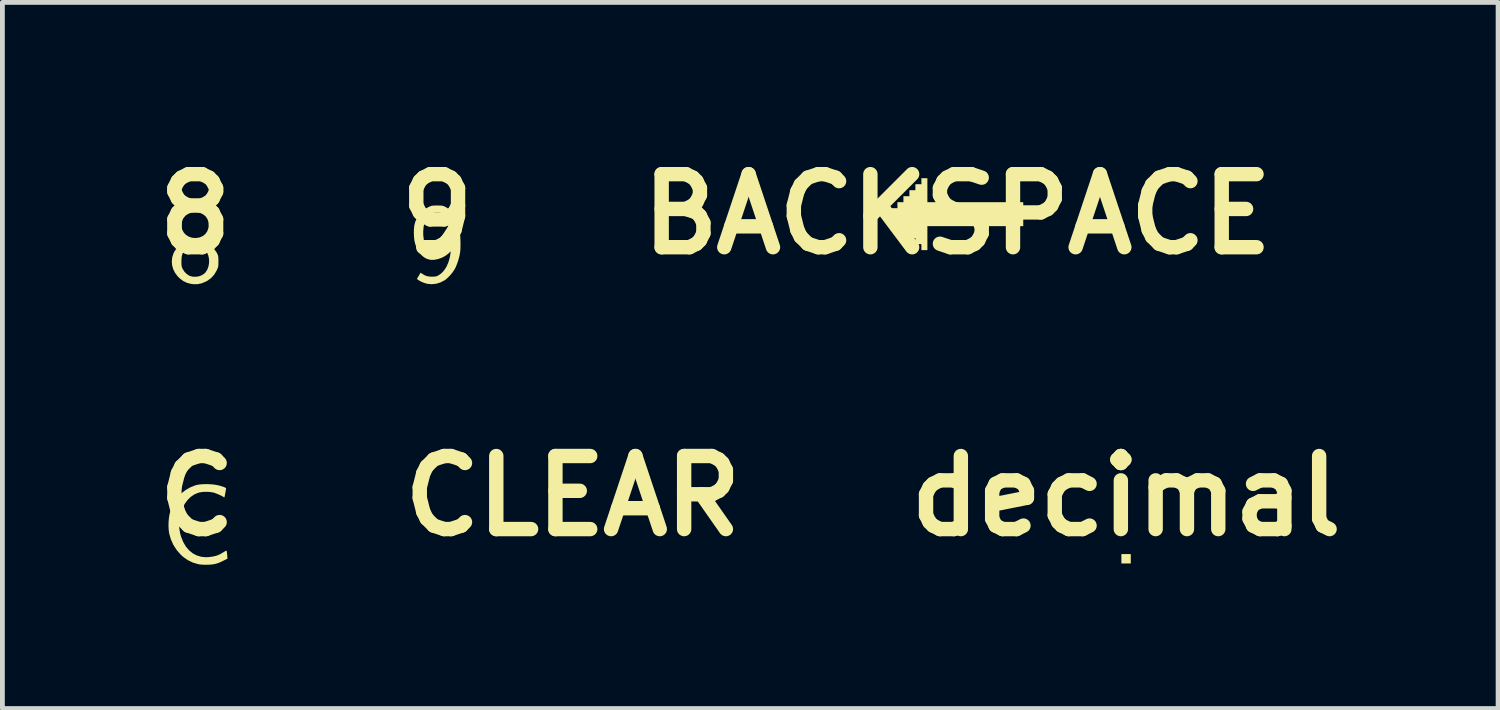
<source format=kicad_pcb>
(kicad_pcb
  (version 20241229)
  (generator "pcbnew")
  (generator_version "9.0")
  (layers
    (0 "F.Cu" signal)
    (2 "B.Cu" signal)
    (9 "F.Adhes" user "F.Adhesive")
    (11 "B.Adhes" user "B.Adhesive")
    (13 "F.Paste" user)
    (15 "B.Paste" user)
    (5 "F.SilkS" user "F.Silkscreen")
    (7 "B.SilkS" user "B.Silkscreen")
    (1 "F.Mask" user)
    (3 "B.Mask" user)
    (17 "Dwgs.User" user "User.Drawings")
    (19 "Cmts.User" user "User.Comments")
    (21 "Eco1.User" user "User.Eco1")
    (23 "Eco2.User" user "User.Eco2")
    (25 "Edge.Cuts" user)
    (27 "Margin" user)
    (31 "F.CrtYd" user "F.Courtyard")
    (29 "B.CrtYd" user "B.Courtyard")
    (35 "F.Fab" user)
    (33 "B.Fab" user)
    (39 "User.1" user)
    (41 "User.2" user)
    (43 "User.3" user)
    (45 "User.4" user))
  (footprint "C"
    (layer "F.Cu")
    (at 1.06 7.298)
    (property "Reference" "C" (at 0 0 0) (layer "F.SilkS") (effects (font (size 1.524 1.524) (thickness 0.3))))
    (attr board_only exclude_from_pos_files exclude_from_bom)
    (fp_poly (pts (xy 0.257 -0.247) (xy 0.326 -0.242) (xy 0.381 -0.235) (xy 0.439 -0.224) (xy 0.492 -0.21) (xy 0.539 -0.196) (xy 0.576 -0.182) (xy 0.599 -0.169) (xy 0.606 -0.159) (xy 0.604 -0.142) (xy 0.6 -0.114) (xy 0.593 -0.078) (xy 0.586 -0.041) (xy 0.58 -0.007) (xy 0.574 0.018) (xy 0.571 0.028) (xy 0.561 0.026) (xy 0.555 0.022) (xy 0.53 0.006) (xy 0.492 -0.014) (xy 0.447 -0.034) (xy 0.401 -0.053) (xy 0.36 -0.068) (xy 0.341 -0.073) (xy 0.275 -0.084) (xy 0.203 -0.088) (xy 0.129 -0.086) (xy 0.063 -0.077) (xy 0.026 -0.068) (xy -0.057 -0.033) (xy -0.132 0.019) (xy -0.199 0.085) (xy -0.256 0.163) (xy -0.303 0.251) (xy -0.339 0.347) (xy -0.362 0.45) (xy -0.373 0.556) (xy -0.371 0.664) (xy -0.354 0.772) (xy -0.332 0.85) (xy -0.288 0.959) (xy -0.233 1.053) (xy -0.167 1.131) (xy -0.092 1.193) (xy -0.009 1.238) (xy 0.082 1.266) (xy 0.181 1.277) (xy 0.234 1.275) (xy 0.325 1.264) (xy 0.403 1.246) (xy 0.473 1.218) (xy 0.543 1.178) (xy 0.558 1.169) (xy 0.585 1.152) (xy 0.607 1.142) (xy 0.616 1.141) (xy 0.62 1.153) (xy 0.624 1.18) (xy 0.628 1.216) (xy 0.629 1.227) (xy 0.635 1.307) (xy 0.535 1.357) (xy 0.468 1.388) (xy 0.41 1.409) (xy 0.357 1.422) (xy 0.291 1.43) (xy 0.218 1.434) (xy 0.144 1.434) (xy 0.076 1.429) (xy 0.023 1.421) (xy -0.09 1.387) (xy -0.195 1.336) (xy -0.291 1.268) (xy -0.342 1.221) (xy -0.426 1.124) (xy -0.495 1.016) (xy -0.547 0.898) (xy -0.582 0.773) (xy -0.591 0.703) (xy -0.595 0.622) (xy -0.593 0.535) (xy -0.585 0.451) (xy -0.572 0.376) (xy -0.568 0.357) (xy -0.546 0.29) (xy -0.515 0.216) (xy -0.478 0.143) (xy -0.439 0.076) (xy -0.401 0.022) (xy -0.325 -0.057) (xy -0.237 -0.125) (xy -0.14 -0.181) (xy -0.04 -0.221) (xy -0.005 -0.231) (xy 0.046 -0.24) (xy 0.111 -0.246) (xy 0.183 -0.248)) (stroke (width 0) (type solid)) (fill yes) (layer "F.SilkS")))
  (footprint "9"
    (layer "F.Cu")
    (at 6.07 1.418)
    (property "Reference" "9" (at 0 0 0) (layer "F.SilkS") (effects (font (size 1.524 1.524) (thickness 0.3))))
    (attr board_only exclude_from_pos_files exclude_from_bom)
    (fp_poly (pts (xy 0.05 -0.18) (xy 0.086 -0.179) (xy 0.113 -0.175) (xy 0.137 -0.168) (xy 0.164 -0.156) (xy 0.176 -0.15) (xy 0.251 -0.104) (xy 0.316 -0.041) (xy 0.371 0.039) (xy 0.417 0.136) (xy 0.453 0.249) (xy 0.464 0.294) (xy 0.472 0.343) (xy 0.478 0.407) (xy 0.483 0.48) (xy 0.486 0.558) (xy 0.487 0.635) (xy 0.486 0.707) (xy 0.482 0.768) (xy 0.479 0.794) (xy 0.465 0.872) (xy 0.443 0.955) (xy 0.415 1.037) (xy 0.384 1.112) (xy 0.359 1.158) (xy 0.32 1.216) (xy 0.271 1.275) (xy 0.219 1.328) (xy 0.168 1.371) (xy 0.151 1.382) (xy 0.067 1.425) (xy -0.022 1.452) (xy -0.114 1.461) (xy -0.205 1.453) (xy -0.214 1.451) (xy -0.273 1.433) (xy -0.332 1.409) (xy -0.382 1.381) (xy -0.399 1.369) (xy -0.423 1.351) (xy -0.386 1.289) (xy -0.368 1.258) (xy -0.354 1.235) (xy -0.347 1.223) (xy -0.346 1.223) (xy -0.338 1.226) (xy -0.319 1.238) (xy -0.311 1.244) (xy -0.26 1.275) (xy -0.205 1.295) (xy -0.141 1.303) (xy -0.107 1.304) (xy -0.063 1.303) (xy -0.03 1.299) (xy -0.003 1.291) (xy 0.025 1.278) (xy 0.088 1.234) (xy 0.144 1.174) (xy 0.193 1.099) (xy 0.232 1.012) (xy 0.261 0.914) (xy 0.277 0.825) (xy 0.283 0.775) (xy 0.236 0.821) (xy 0.175 0.867) (xy 0.104 0.906) (xy 0.027 0.934) (xy -0.05 0.951) (xy -0.122 0.954) (xy -0.135 0.953) (xy -0.208 0.935) (xy -0.275 0.9) (xy -0.336 0.847) (xy -0.387 0.78) (xy -0.413 0.733) (xy -0.441 0.671) (xy -0.46 0.614) (xy -0.474 0.554) (xy -0.482 0.486) (xy -0.486 0.415) (xy -0.486 0.362) (xy -0.291 0.362) (xy -0.29 0.441) (xy -0.278 0.54) (xy -0.254 0.623) (xy -0.219 0.691) (xy -0.172 0.744) (xy -0.127 0.775) (xy -0.096 0.79) (xy -0.07 0.798) (xy -0.04 0.8) (xy -0.003 0.799) (xy 0.046 0.793) (xy 0.084 0.782) (xy 0.11 0.769) (xy 0.169 0.723) (xy 0.217 0.662) (xy 0.253 0.589) (xy 0.274 0.513) (xy 0.278 0.469) (xy 0.278 0.413) (xy 0.273 0.348) (xy 0.265 0.283) (xy 0.254 0.222) (xy 0.249 0.201) (xy 0.222 0.123) (xy 0.185 0.059) (xy 0.139 0.009) (xy 0.087 -0.025) (xy 0.03 -0.042) (xy -0.032 -0.041) (xy -0.045 -0.039) (xy -0.094 -0.025) (xy -0.133 -0.004) (xy -0.169 0.028) (xy -0.182 0.041) (xy -0.229 0.104) (xy -0.262 0.178) (xy -0.283 0.263) (xy -0.291 0.362) (xy -0.486 0.362) (xy -0.485 0.316) (xy -0.476 0.23) (xy -0.456 0.156) (xy -0.424 0.087) (xy -0.378 0.022) (xy -0.322 -0.041) (xy -0.273 -0.087) (xy -0.229 -0.121) (xy -0.185 -0.146) (xy -0.18 -0.149) (xy -0.149 -0.163) (xy -0.124 -0.172) (xy -0.099 -0.177) (xy -0.068 -0.18) (xy -0.025 -0.181) (xy 0 -0.181)) (stroke (width 0) (type solid)) (fill yes) (layer "F.SilkS")))
  (footprint "CLEAR"
    (layer "F.Cu")
    (at 8.9 7.298)
    (property "Reference" "CLEAR" (at 0 0 0) (layer "F.SilkS") (effects (font (size 1.524 1.524) (thickness 0.3))))
    (attr board_only exclude_from_pos_files exclude_from_bom)
    (fp_poly (pts (xy -0.164 1) (xy 0.422 1) (xy 0.422 1.125) (xy -0.344 1.125) (xy -0.344 -0.18) (xy -0.164 -0.18)) (stroke (width 0) (type solid)) (fill yes) (layer "F.Mask"))
    (fp_poly (pts (xy 0.963 -0.178) (xy 1.04 -0.177) (xy 1.104 -0.176) (xy 1.155 -0.175) (xy 1.195 -0.173) (xy 1.227 -0.171) (xy 1.252 -0.169) (xy 1.272 -0.166) (xy 1.288 -0.163) (xy 1.293 -0.162) (xy 1.368 -0.134) (xy 1.436 -0.098) (xy 1.495 -0.053) (xy 1.544 -0.003) (xy 1.58 0.052) (xy 1.58 0.053) (xy 1.593 0.08) (xy 1.6 0.103) (xy 1.604 0.126) (xy 1.605 0.156) (xy 1.605 0.176) (xy 1.604 0.213) (xy 1.601 0.24) (xy 1.595 0.263) (xy 1.585 0.287) (xy 1.583 0.291) (xy 1.546 0.351) (xy 1.496 0.405) (xy 1.434 0.451) (xy 1.363 0.49) (xy 1.348 0.496) (xy 1.324 0.506) (xy 1.307 0.514) (xy 1.3 0.518) (xy 1.304 0.525) (xy 1.314 0.543) (xy 1.331 0.572) (xy 1.352 0.609) (xy 1.379 0.653) (xy 1.408 0.703) (xy 1.439 0.755) (xy 1.472 0.81) (xy 1.505 0.865) (xy 1.538 0.919) (xy 1.569 0.969) (xy 1.597 1.016) (xy 1.621 1.055) (xy 1.642 1.087) (xy 1.654 1.107) (xy 1.666 1.125) (xy 1.487 1.125) (xy 1.312 0.828) (xy 1.137 0.532) (xy 0.99 0.532) (xy 0.844 0.531) (xy 0.844 1.125) (xy 0.68 1.125) (xy 0.68 -0.07) (xy 0.844 -0.07) (xy 0.844 0.416) (xy 1.025 0.412) (xy 1.086 0.411) (xy 1.133 0.409) (xy 1.169 0.408) (xy 1.197 0.405) (xy 1.22 0.402) (xy 1.239 0.398) (xy 1.258 0.392) (xy 1.259 0.392) (xy 1.322 0.365) (xy 1.373 0.33) (xy 1.412 0.286) (xy 1.438 0.236) (xy 1.445 0.211) (xy 1.448 0.158) (xy 1.438 0.107) (xy 1.413 0.06) (xy 1.377 0.018) (xy 1.329 -0.018) (xy 1.291 -0.037) (xy 1.254 -0.049) (xy 1.207 -0.058) (xy 1.15 -0.065) (xy 1.081 -0.069) (xy 0.998 -0.07) (xy 0.994 -0.07) (xy 0.844 -0.07) (xy 0.68 -0.07) (xy 0.68 -0.181)) (stroke (width 0) (type solid)) (fill yes) (layer "F.Mask"))
    (fp_poly (pts (xy -0.899 -0.198) (xy -0.833 -0.19) (xy -0.768 -0.179) (xy -0.707 -0.165) (xy -0.654 -0.148) (xy -0.627 -0.137) (xy -0.628 -0.129) (xy -0.63 -0.11) (xy -0.634 -0.084) (xy -0.639 -0.055) (xy -0.644 -0.027) (xy -0.648 -0.003) (xy -0.652 0.011) (xy -0.652 0.013) (xy -0.66 0.014) (xy -0.681 0.007) (xy -0.713 -0.007) (xy -0.724 -0.012) (xy -0.782 -0.039) (xy -0.834 -0.056) (xy -0.887 -0.066) (xy -0.947 -0.07) (xy -0.967 -0.07) (xy -1.014 -0.069) (xy -1.052 -0.065) (xy -1.084 -0.058) (xy -1.095 -0.054) (xy -1.163 -0.023) (xy -1.224 0.02) (xy -1.278 0.074) (xy -1.323 0.138) (xy -1.359 0.21) (xy -1.387 0.287) (xy -1.405 0.369) (xy -1.412 0.454) (xy -1.409 0.54) (xy -1.395 0.626) (xy -1.369 0.71) (xy -1.347 0.761) (xy -1.301 0.839) (xy -1.249 0.903) (xy -1.19 0.953) (xy -1.125 0.989) (xy -1.052 1.012) (xy -0.972 1.02) (xy -0.903 1.017) (xy -0.844 1.009) (xy -0.794 0.996) (xy -0.747 0.978) (xy -0.696 0.952) (xy -0.68 0.942) (xy -0.621 0.908) (xy -0.615 0.944) (xy -0.611 0.975) (xy -0.611 1.009) (xy -0.611 1.015) (xy -0.613 1.05) (xy -0.684 1.086) (xy -0.719 1.103) (xy -0.755 1.118) (xy -0.786 1.129) (xy -0.797 1.132) (xy -0.834 1.138) (xy -0.88 1.143) (xy -0.933 1.145) (xy -0.986 1.146) (xy -1.036 1.144) (xy -1.077 1.14) (xy -1.094 1.137) (xy -1.186 1.108) (xy -1.271 1.066) (xy -1.349 1.012) (xy -1.417 0.945) (xy -1.476 0.868) (xy -1.525 0.781) (xy -1.562 0.685) (xy -1.576 0.636) (xy -1.582 0.597) (xy -1.587 0.548) (xy -1.589 0.493) (xy -1.588 0.437) (xy -1.586 0.386) (xy -1.58 0.345) (xy -1.579 0.34) (xy -1.551 0.236) (xy -1.511 0.142) (xy -1.461 0.057) (xy -1.401 -0.017) (xy -1.332 -0.079) (xy -1.254 -0.13) (xy -1.17 -0.168) (xy -1.078 -0.192) (xy -1.016 -0.2) (xy -0.961 -0.202)) (stroke (width 0) (type solid)) (fill yes) (layer "F.Mask")))
  (footprint "8"
    (layer "F.Cu")
    (at 1.023 1.418)
    (property "Reference" "8" (at 0 0 0) (layer "F.SilkS") (effects (font (size 1.524 1.524) (thickness 0.3))))
    (attr board_only exclude_from_pos_files exclude_from_bom)
    (fp_poly (pts (xy 0.069 -0.181) (xy 0.139 -0.169) (xy 0.178 -0.157) (xy 0.254 -0.119) (xy 0.323 -0.066) (xy 0.38 -0.002) (xy 0.424 0.069) (xy 0.436 0.098) (xy 0.446 0.138) (xy 0.452 0.192) (xy 0.453 0.225) (xy 0.453 0.269) (xy 0.45 0.301) (xy 0.442 0.329) (xy 0.429 0.36) (xy 0.426 0.364) (xy 0.385 0.43) (xy 0.329 0.488) (xy 0.264 0.535) (xy 0.244 0.546) (xy 0.184 0.575) (xy 0.246 0.606) (xy 0.303 0.643) (xy 0.36 0.691) (xy 0.41 0.747) (xy 0.449 0.804) (xy 0.455 0.816) (xy 0.468 0.843) (xy 0.476 0.866) (xy 0.481 0.892) (xy 0.483 0.924) (xy 0.484 0.969) (xy 0.484 0.987) (xy 0.483 1.036) (xy 0.482 1.071) (xy 0.478 1.098) (xy 0.47 1.123) (xy 0.458 1.151) (xy 0.447 1.175) (xy 0.397 1.26) (xy 0.333 1.331) (xy 0.257 1.387) (xy 0.22 1.407) (xy 0.135 1.442) (xy 0.053 1.46) (xy -0.03 1.461) (xy -0.083 1.455) (xy -0.171 1.433) (xy -0.248 1.396) (xy -0.32 1.343) (xy -0.365 1.299) (xy -0.42 1.226) (xy -0.46 1.147) (xy -0.483 1.063) (xy -0.489 0.982) (xy -0.288 0.982) (xy -0.288 1.031) (xy -0.286 1.066) (xy -0.282 1.093) (xy -0.274 1.116) (xy -0.262 1.143) (xy -0.261 1.145) (xy -0.224 1.202) (xy -0.176 1.25) (xy -0.121 1.285) (xy -0.101 1.293) (xy -0.037 1.306) (xy 0.03 1.305) (xy 0.096 1.291) (xy 0.136 1.274) (xy 0.169 1.254) (xy 0.199 1.23) (xy 0.212 1.217) (xy 0.252 1.156) (xy 0.277 1.087) (xy 0.289 1.013) (xy 0.288 0.937) (xy 0.273 0.864) (xy 0.245 0.797) (xy 0.205 0.739) (xy 0.182 0.717) (xy 0.127 0.681) (xy 0.063 0.661) (xy -0.011 0.656) (xy -0.025 0.657) (xy -0.094 0.668) (xy -0.153 0.695) (xy -0.204 0.737) (xy -0.215 0.749) (xy -0.246 0.788) (xy -0.267 0.828) (xy -0.28 0.872) (xy -0.286 0.926) (xy -0.288 0.982) (xy -0.489 0.982) (xy -0.489 0.978) (xy -0.479 0.894) (xy -0.452 0.814) (xy -0.428 0.769) (xy -0.392 0.722) (xy -0.346 0.676) (xy -0.295 0.635) (xy -0.247 0.605) (xy -0.245 0.604) (xy -0.218 0.591) (xy -0.2 0.58) (xy -0.196 0.576) (xy -0.204 0.569) (xy -0.224 0.557) (xy -0.246 0.546) (xy -0.301 0.513) (xy -0.354 0.466) (xy -0.399 0.412) (xy -0.427 0.364) (xy -0.447 0.303) (xy -0.452 0.257) (xy -0.282 0.257) (xy -0.275 0.307) (xy -0.269 0.329) (xy -0.236 0.388) (xy -0.19 0.435) (xy -0.132 0.47) (xy -0.067 0.492) (xy 0.004 0.498) (xy 0.078 0.488) (xy 0.094 0.484) (xy 0.16 0.455) (xy 0.213 0.412) (xy 0.251 0.356) (xy 0.275 0.289) (xy 0.281 0.249) (xy 0.278 0.176) (xy 0.259 0.11) (xy 0.224 0.054) (xy 0.175 0.01) (xy 0.114 -0.022) (xy 0.043 -0.039) (xy -0.001 -0.042) (xy -0.078 -0.033) (xy -0.145 -0.009) (xy -0.202 0.029) (xy -0.246 0.081) (xy -0.26 0.106) (xy -0.274 0.148) (xy -0.281 0.201) (xy -0.282 0.257) (xy -0.452 0.257) (xy -0.455 0.234) (xy -0.451 0.162) (xy -0.436 0.1) (xy -0.401 0.027) (xy -0.35 -0.039) (xy -0.285 -0.096) (xy -0.21 -0.142) (xy -0.145 -0.167) (xy -0.08 -0.18) (xy -0.006 -0.185)) (stroke (width 0) (type solid)) (fill yes) (layer "F.SilkS")))
  (footprint "BACKSPACE"
    (layer "F.Cu")
    (at 16.922 1.418)
    (property "Reference" "BACKSPACE" (at 0 0 0) (layer "F.SilkS") (effects (font (size 1.524 1.524) (thickness 0.3))))
    (attr board_only exclude_from_pos_files exclude_from_bom)
    (fp_poly (pts (xy -0.625 -0.25) (xy 1.375 -0.25) (xy 1.375 0.25) (xy -0.625 0.25) (xy -0.625 0.75) (xy -0.75 0.75) (xy -0.75 0.625) (xy -0.875 0.625) (xy -0.875 0.5) (xy -1 0.5) (xy -1 0.375) (xy -1.125 0.375) (xy -1.125 0.25) (xy -1.25 0.25) (xy -1.25 0.125) (xy -1.375 0.125) (xy -1.375 -0.125) (xy -1.25 -0.125) (xy -1.25 -0.25) (xy -1.125 -0.25) (xy -1.125 -0.375) (xy -1 -0.375) (xy -1 -0.5) (xy -0.875 -0.5) (xy -0.875 -0.625) (xy -0.75 -0.625) (xy -0.75 -0.75) (xy -0.625 -0.75)) (stroke (width 0) (type solid)) (fill yes) (layer "F.SilkS")))
  (footprint "decimal"
    (layer "F.Cu")
    (at 20.442 7.298)
    (property "Reference" "decimal" (at 0 0 0) (layer "F.SilkS") (effects (font (size 1.524 1.524) (thickness 0.3))))
    (attr board_only exclude_from_pos_files exclude_from_bom)
    (fp_poly (pts (xy 0.098 1.407) (xy -0.098 1.407) (xy -0.098 1.211) (xy 0.098 1.211)) (stroke (width 0) (type solid)) (fill yes) (layer "F.SilkS")))
  (gr_rect
    (start -3 -3)
    (end 28.203 11.731)
    (stroke (width 0.1) (type default))
    (fill no)
    (layer "Edge.Cuts")))
</source>
